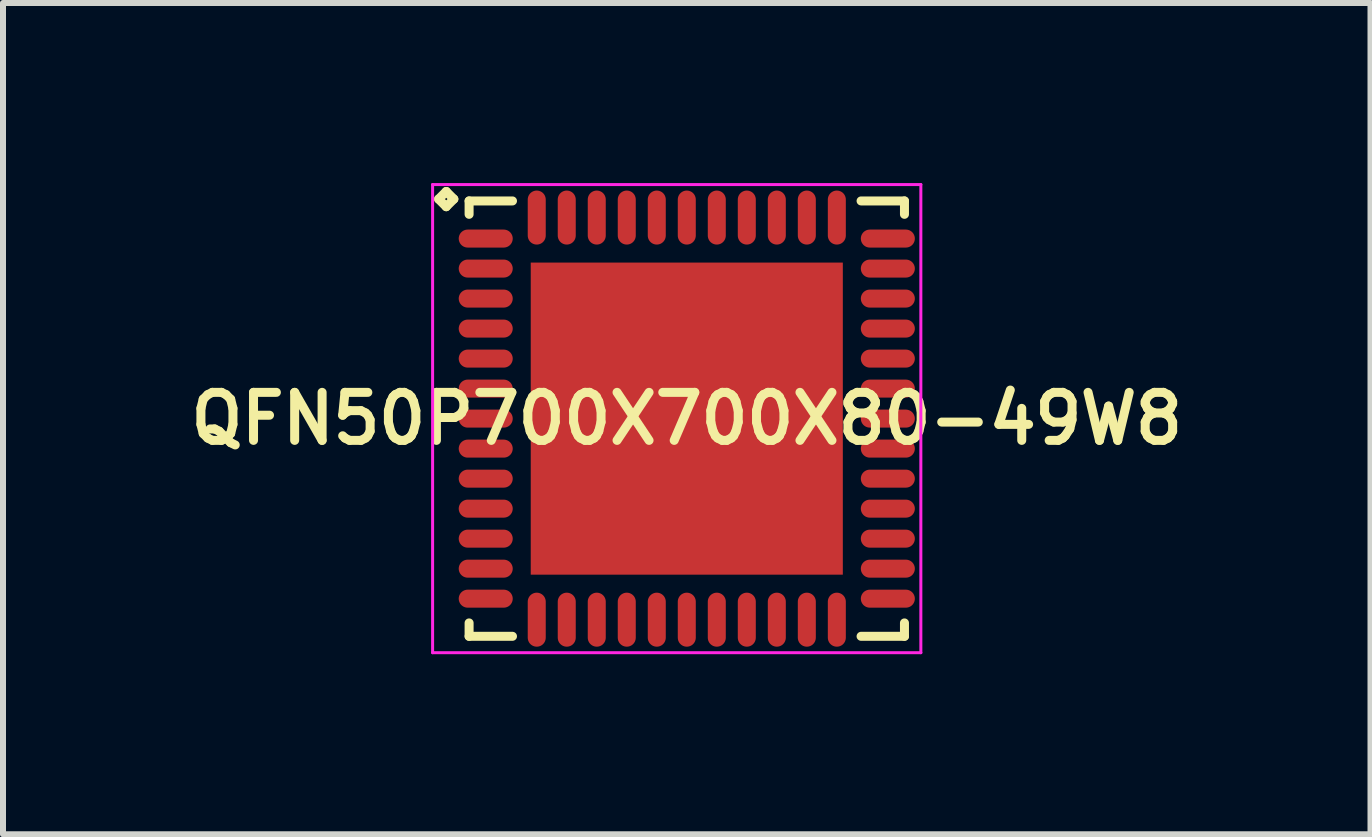
<source format=kicad_pcb>
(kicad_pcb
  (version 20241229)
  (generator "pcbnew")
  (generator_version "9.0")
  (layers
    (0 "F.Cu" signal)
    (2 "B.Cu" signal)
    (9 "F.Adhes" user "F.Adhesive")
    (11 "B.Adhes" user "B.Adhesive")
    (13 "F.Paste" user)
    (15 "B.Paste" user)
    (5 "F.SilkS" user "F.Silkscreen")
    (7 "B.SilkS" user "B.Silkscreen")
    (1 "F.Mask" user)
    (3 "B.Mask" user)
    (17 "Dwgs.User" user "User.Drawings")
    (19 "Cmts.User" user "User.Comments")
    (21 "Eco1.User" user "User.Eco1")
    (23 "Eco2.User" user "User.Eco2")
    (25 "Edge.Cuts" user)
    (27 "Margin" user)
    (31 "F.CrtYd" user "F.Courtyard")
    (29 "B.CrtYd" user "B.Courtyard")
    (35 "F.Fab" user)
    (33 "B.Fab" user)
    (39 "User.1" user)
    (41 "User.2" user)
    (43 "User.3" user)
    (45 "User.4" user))
  (footprint "QFN50P700X700X80-49W8"
    (layer "F.Cu")
    (at 8.393 3.925)
    (property "Reference" "QFN50P700X700X80-49W8" (at 0 0 0) (layer "F.SilkS") (effects (font (size 0.8 0.8) (thickness 0.15))))
    (attr smd)
    (fp_line (start -4.135 -3.658) (end -4.008 -3.785) (stroke (width 0.15) (type solid)) (layer "F.SilkS"))
    (fp_line (start -4.008 -3.785) (end -3.881 -3.658) (stroke (width 0.15) (type solid)) (layer "F.SilkS"))
    (fp_line (start -4.008 -3.531) (end -4.135 -3.658) (stroke (width 0.15) (type solid)) (layer "F.SilkS"))
    (fp_line (start -3.881 -3.658) (end -4.008 -3.531) (stroke (width 0.15) (type solid)) (layer "F.SilkS"))
    (fp_line (start -3.627 -3.627) (end -2.904 -3.627) (stroke (width 0.15) (type solid)) (layer "F.SilkS"))
    (fp_line (start -3.627 -3.404) (end -3.627 -3.627) (stroke (width 0.15) (type solid)) (layer "F.SilkS"))
    (fp_line (start -3.627 3.404) (end -3.627 3.627) (stroke (width 0.15) (type solid)) (layer "F.SilkS"))
    (fp_line (start -3.627 3.627) (end -2.904 3.627) (stroke (width 0.15) (type solid)) (layer "F.SilkS"))
    (fp_line (start 2.904 -3.627) (end 3.627 -3.627) (stroke (width 0.15) (type solid)) (layer "F.SilkS"))
    (fp_line (start 2.904 3.627) (end 3.627 3.627) (stroke (width 0.15) (type solid)) (layer "F.SilkS"))
    (fp_line (start 3.627 -3.627) (end 3.627 -3.404) (stroke (width 0.15) (type solid)) (layer "F.SilkS"))
    (fp_line (start 3.627 3.627) (end 3.627 3.404) (stroke (width 0.15) (type solid)) (layer "F.SilkS"))
    (fp_line (start -4.235 -3.9) (end 3.9 -3.9) (stroke (width 0.05) (type solid)) (layer "F.CrtYd"))
    (fp_line (start -4.235 3.9) (end -4.235 -3.9) (stroke (width 0.05) (type solid)) (layer "F.CrtYd"))
    (fp_line (start 3.9 -3.9) (end 3.9 3.9) (stroke (width 0.05) (type solid)) (layer "F.CrtYd"))
    (fp_line (start 3.9 3.9) (end -4.235 3.9) (stroke (width 0.05) (type solid)) (layer "F.CrtYd"))
    (pad "1" smd oval (at -3.35 -3) (size 0.9 0.3) (layers "F.Cu" "F.Mask" "F.Paste"))
    (pad "2" smd oval (at -3.35 -2.5) (size 0.9 0.3) (layers "F.Cu" "F.Mask" "F.Paste"))
    (pad "3" smd oval (at -3.35 -2) (size 0.9 0.3) (layers "F.Cu" "F.Mask" "F.Paste"))
    (pad "4" smd oval (at -3.35 -1.5) (size 0.9 0.3) (layers "F.Cu" "F.Mask" "F.Paste"))
    (pad "5" smd oval (at -3.35 -1) (size 0.9 0.3) (layers "F.Cu" "F.Mask" "F.Paste"))
    (pad "6" smd oval (at -3.35 -0.5) (size 0.9 0.3) (layers "F.Cu" "F.Mask" "F.Paste"))
    (pad "7" smd oval (at -3.35 0) (size 0.9 0.3) (layers "F.Cu" "F.Mask" "F.Paste"))
    (pad "8" smd oval (at -3.35 0.5) (size 0.9 0.3) (layers "F.Cu" "F.Mask" "F.Paste"))
    (pad "9" smd oval (at -3.35 1) (size 0.9 0.3) (layers "F.Cu" "F.Mask" "F.Paste"))
    (pad "10" smd oval (at -3.35 1.5) (size 0.9 0.3) (layers "F.Cu" "F.Mask" "F.Paste"))
    (pad "11" smd oval (at -3.35 2) (size 0.9 0.3) (layers "F.Cu" "F.Mask" "F.Paste"))
    (pad "12" smd oval (at -3.35 2.5) (size 0.9 0.3) (layers "F.Cu" "F.Mask" "F.Paste"))
    (pad "13" smd oval (at -3.35 3) (size 0.9 0.3) (layers "F.Cu" "F.Mask" "F.Paste"))
    (pad "14" smd oval (at -2.5 3.35) (size 0.3 0.9) (layers "F.Cu" "F.Mask" "F.Paste"))
    (pad "15" smd oval (at -2 3.35) (size 0.3 0.9) (layers "F.Cu" "F.Mask" "F.Paste"))
    (pad "16" smd oval (at -1.5 3.35) (size 0.3 0.9) (layers "F.Cu" "F.Mask" "F.Paste"))
    (pad "17" smd oval (at -1 3.35) (size 0.3 0.9) (layers "F.Cu" "F.Mask" "F.Paste"))
    (pad "18" smd oval (at -0.5 3.35) (size 0.3 0.9) (layers "F.Cu" "F.Mask" "F.Paste"))
    (pad "19" smd oval (at 0 3.35) (size 0.3 0.9) (layers "F.Cu" "F.Mask" "F.Paste"))
    (pad "20" smd oval (at 0.5 3.35) (size 0.3 0.9) (layers "F.Cu" "F.Mask" "F.Paste"))
    (pad "21" smd oval (at 1 3.35) (size 0.3 0.9) (layers "F.Cu" "F.Mask" "F.Paste"))
    (pad "22" smd oval (at 1.5 3.35) (size 0.3 0.9) (layers "F.Cu" "F.Mask" "F.Paste"))
    (pad "23" smd oval (at 2 3.35) (size 0.3 0.9) (layers "F.Cu" "F.Mask" "F.Paste"))
    (pad "24" smd oval (at 2.5 3.35) (size 0.3 0.9) (layers "F.Cu" "F.Mask" "F.Paste"))
    (pad "25" smd oval (at 3.35 3) (size 0.9 0.3) (layers "F.Cu" "F.Mask" "F.Paste"))
    (pad "26" smd oval (at 3.35 2.5) (size 0.9 0.3) (layers "F.Cu" "F.Mask" "F.Paste"))
    (pad "27" smd oval (at 3.35 2) (size 0.9 0.3) (layers "F.Cu" "F.Mask" "F.Paste"))
    (pad "28" smd oval (at 3.35 1.5) (size 0.9 0.3) (layers "F.Cu" "F.Mask" "F.Paste"))
    (pad "29" smd oval (at 3.35 1) (size 0.9 0.3) (layers "F.Cu" "F.Mask" "F.Paste"))
    (pad "30" smd oval (at 3.35 0.5) (size 0.9 0.3) (layers "F.Cu" "F.Mask" "F.Paste"))
    (pad "31" smd oval (at 3.35 0) (size 0.9 0.3) (layers "F.Cu" "F.Mask" "F.Paste"))
    (pad "32" smd oval (at 3.35 -0.5) (size 0.9 0.3) (layers "F.Cu" "F.Mask" "F.Paste"))
    (pad "33" smd oval (at 3.35 -1) (size 0.9 0.3) (layers "F.Cu" "F.Mask" "F.Paste"))
    (pad "34" smd oval (at 3.35 -1.5) (size 0.9 0.3) (layers "F.Cu" "F.Mask" "F.Paste"))
    (pad "35" smd oval (at 3.35 -2) (size 0.9 0.3) (layers "F.Cu" "F.Mask" "F.Paste"))
    (pad "36" smd oval (at 3.35 -2.5) (size 0.9 0.3) (layers "F.Cu" "F.Mask" "F.Paste"))
    (pad "37" smd oval (at 3.35 -3) (size 0.9 0.3) (layers "F.Cu" "F.Mask" "F.Paste"))
    (pad "38" smd oval (at 2.5 -3.35) (size 0.3 0.9) (layers "F.Cu" "F.Mask" "F.Paste"))
    (pad "39" smd oval (at 2 -3.35) (size 0.3 0.9) (layers "F.Cu" "F.Mask" "F.Paste"))
    (pad "40" smd oval (at 1.5 -3.35) (size 0.3 0.9) (layers "F.Cu" "F.Mask" "F.Paste"))
    (pad "41" smd oval (at 1 -3.35) (size 0.3 0.9) (layers "F.Cu" "F.Mask" "F.Paste"))
    (pad "42" smd oval (at 0.5 -3.35) (size 0.3 0.9) (layers "F.Cu" "F.Mask" "F.Paste"))
    (pad "43" smd oval (at 0 -3.35) (size 0.3 0.9) (layers "F.Cu" "F.Mask" "F.Paste"))
    (pad "44" smd oval (at -0.5 -3.35) (size 0.3 0.9) (layers "F.Cu" "F.Mask" "F.Paste"))
    (pad "45" smd oval (at -1 -3.35) (size 0.3 0.9) (layers "F.Cu" "F.Mask" "F.Paste"))
    (pad "46" smd oval (at -1.5 -3.35) (size 0.3 0.9) (layers "F.Cu" "F.Mask" "F.Paste"))
    (pad "47" smd oval (at -2 -3.35) (size 0.3 0.9) (layers "F.Cu" "F.Mask" "F.Paste"))
    (pad "48" smd oval (at -2.5 -3.35) (size 0.3 0.9) (layers "F.Cu" "F.Mask" "F.Paste"))
    (pad "49" smd rect (at 0 0) (size 5.2 5.2) (layers "F.Cu" "F.Mask" "F.Paste")))
  (gr_rect
    (start -3 -3)
    (end 19.785 10.85)
    (stroke (width 0.1) (type default))
    (fill no)
    (layer "Edge.Cuts")))
</source>
